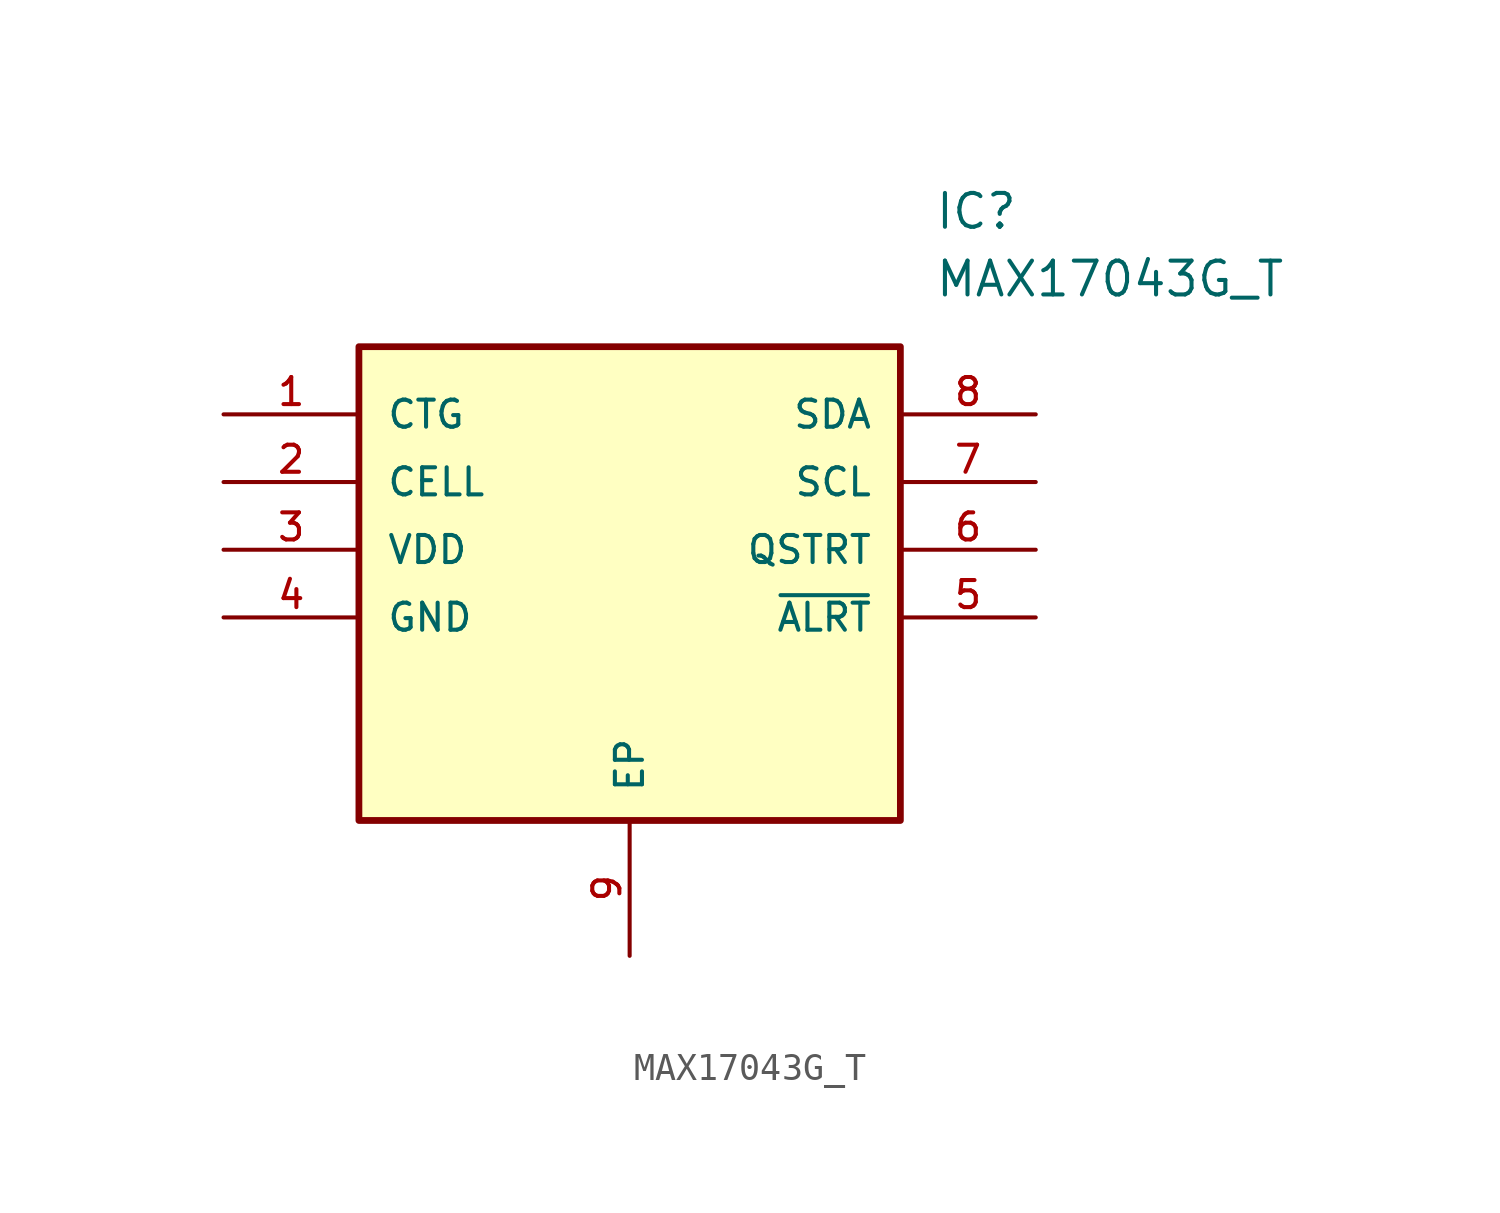
<source format=kicad_sym>
(kicad_symbol_lib
  (version 20220914)
  (generator kicad_symbol_editor)
  (symbol "MAX17043G_T"
    (pin_names
      (offset 1.016))
    (property "Reference" "IC"
      (at 26.67 7.62 0)
      (effects (font (size 1.27 1.27)) (justify left)))
    (property "Value" "MAX17043G_T"
      (at 26.67 5.08 0)
      (effects (font (size 1.27 1.27)) (justify left)))
    (symbol "MAX17043G_T_0_0"
      (rectangle (start 5.08 -15.24) (end 25.4 2.54) (stroke (width 0.254) (type default)) (fill (type background)))
      (pin bidirectional line (at 0 0 0) (length 5.08) (name "CTG" (effects (font (size 1.016 1.016)))) (number "1" (effects (font (size 1.016 1.016)))))
      (pin bidirectional line (at 0 -2.54 0) (length 5.08) (name "CELL" (effects (font (size 1.016 1.016)))) (number "2" (effects (font (size 1.016 1.016)))))
      (pin bidirectional line (at 0 -5.08 0) (length 5.08) (name "VDD" (effects (font (size 1.016 1.016)))) (number "3" (effects (font (size 1.016 1.016)))))
      (pin bidirectional line (at 0 -7.62 0) (length 5.08) (name "GND" (effects (font (size 1.016 1.016)))) (number "4" (effects (font (size 1.016 1.016)))))
      (pin bidirectional line (at 30.48 -7.62 180) (length 5.08) (name "~{ALRT}" (effects (font (size 1.016 1.016)))) (number "5" (effects (font (size 1.016 1.016)))))
      (pin bidirectional line (at 30.48 -5.08 180) (length 5.08) (name "QSTRT" (effects (font (size 1.016 1.016)))) (number "6" (effects (font (size 1.016 1.016)))))
      (pin bidirectional line (at 30.48 -2.54 180) (length 5.08) (name "SCL" (effects (font (size 1.016 1.016)))) (number "7" (effects (font (size 1.016 1.016)))))
      (pin bidirectional line (at 30.48 0 180) (length 5.08) (name "SDA" (effects (font (size 1.016 1.016)))) (number "8" (effects (font (size 1.016 1.016)))))
      (pin bidirectional line (at 15.24 -20.32 90) (length 5.08) (name "EP" (effects (font (size 1.016 1.016)))) (number "9" (effects (font (size 1.016 1.016))))))))
</source>
